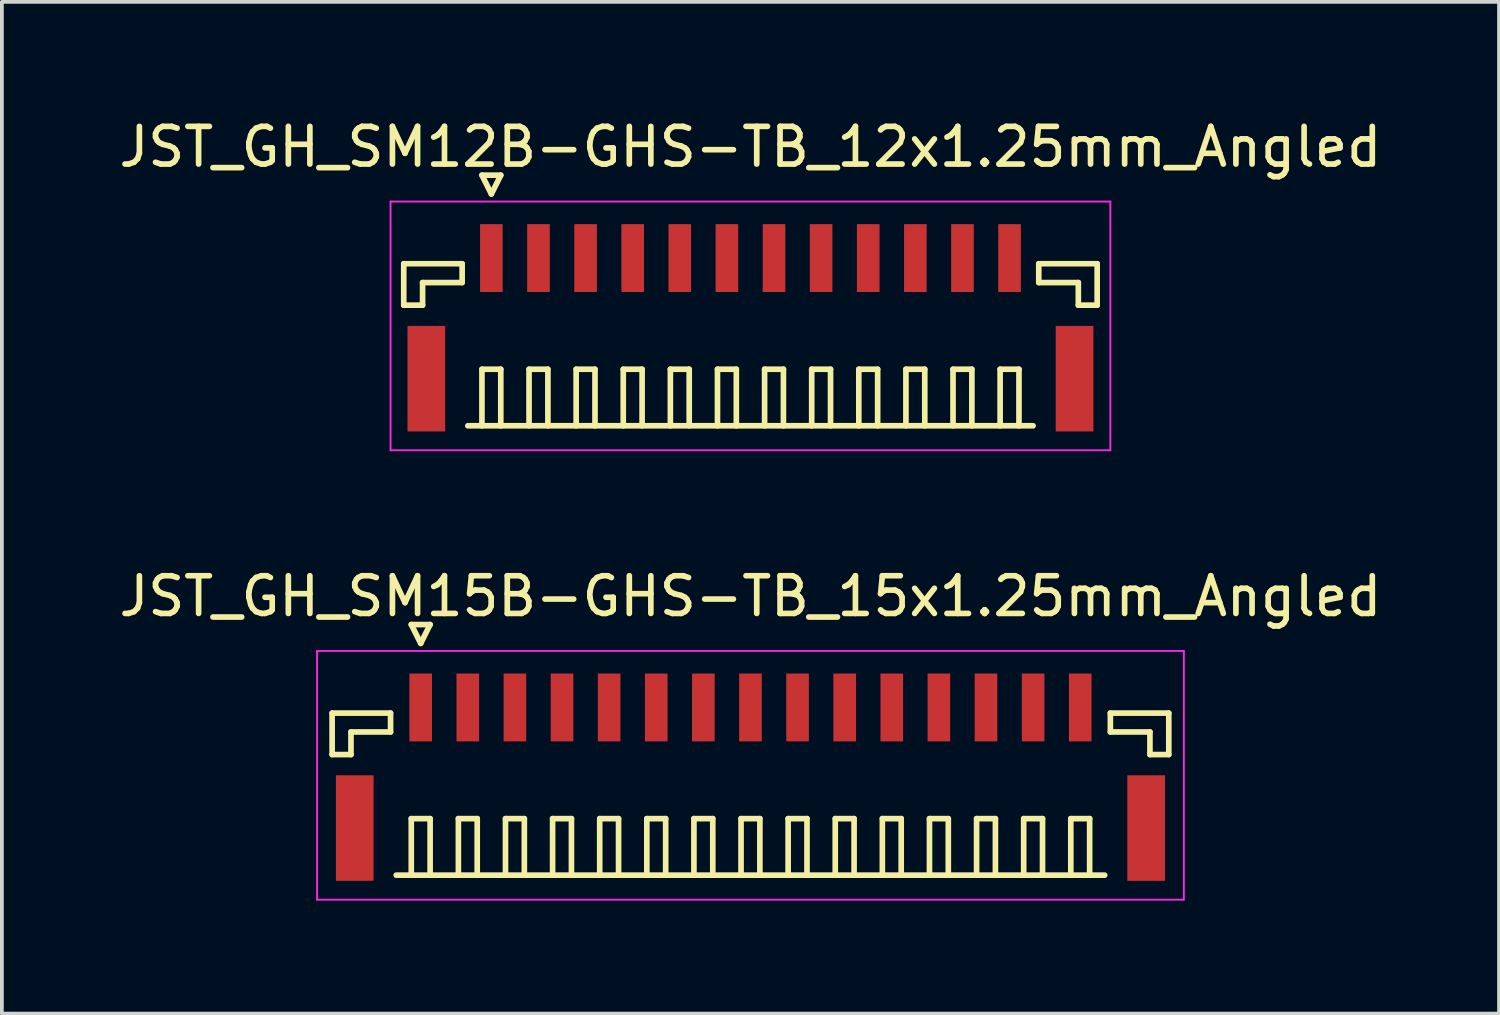
<source format=kicad_pcb>
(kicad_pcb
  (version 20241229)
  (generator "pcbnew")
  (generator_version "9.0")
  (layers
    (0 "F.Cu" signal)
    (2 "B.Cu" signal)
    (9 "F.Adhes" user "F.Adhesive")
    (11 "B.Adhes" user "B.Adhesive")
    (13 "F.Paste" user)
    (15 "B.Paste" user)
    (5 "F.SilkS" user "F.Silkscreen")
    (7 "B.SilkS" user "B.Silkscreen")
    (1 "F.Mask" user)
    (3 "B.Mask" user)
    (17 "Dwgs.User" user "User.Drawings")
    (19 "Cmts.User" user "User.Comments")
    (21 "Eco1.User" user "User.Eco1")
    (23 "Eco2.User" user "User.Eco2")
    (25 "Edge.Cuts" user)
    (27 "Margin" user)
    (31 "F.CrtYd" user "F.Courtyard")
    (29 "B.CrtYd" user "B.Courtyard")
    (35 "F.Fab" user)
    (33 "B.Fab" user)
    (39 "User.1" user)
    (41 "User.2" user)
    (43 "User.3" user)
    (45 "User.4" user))
  (footprint "JST_GH_SM15B-GHS-TB_15x1.25mm_Angled"
    (layer "F.Cu")
    (at 16.863 17.322)
    (property "Reference" "JST_GH_SM15B-GHS-TB_15x1.25mm_Angled" (at 0 -4.55 0) (layer "F.SilkS") (effects (font (size 1 1) (thickness 0.15))))
    (attr smd)
    (fp_line (start -11.1 -1.45) (end -9.55 -1.45) (stroke (width 0.15) (type solid)) (layer "F.SilkS"))
    (fp_line (start -11.1 -0.35) (end -11.1 -1.45) (stroke (width 0.15) (type solid)) (layer "F.SilkS"))
    (fp_line (start -10.6 -0.95) (end -10.6 -0.35) (stroke (width 0.15) (type solid)) (layer "F.SilkS"))
    (fp_line (start -10.6 -0.35) (end -11.1 -0.35) (stroke (width 0.15) (type solid)) (layer "F.SilkS"))
    (fp_line (start -9.55 -1.45) (end -9.55 -0.95) (stroke (width 0.15) (type solid)) (layer "F.SilkS"))
    (fp_line (start -9.55 -0.95) (end -10.6 -0.95) (stroke (width 0.15) (type solid)) (layer "F.SilkS"))
    (fp_line (start -9.4 2.85) (end 9.4 2.85) (stroke (width 0.15) (type solid)) (layer "F.SilkS"))
    (fp_line (start -9 -3.8) (end -8.5 -3.8) (stroke (width 0.15) (type solid)) (layer "F.SilkS"))
    (fp_line (start -9 1.35) (end -8.5 1.35) (stroke (width 0.15) (type solid)) (layer "F.SilkS"))
    (fp_line (start -9 2.85) (end -9 1.35) (stroke (width 0.15) (type solid)) (layer "F.SilkS"))
    (fp_line (start -8.75 -3.3) (end -9 -3.8) (stroke (width 0.15) (type solid)) (layer "F.SilkS"))
    (fp_line (start -8.5 -3.8) (end -8.75 -3.3) (stroke (width 0.15) (type solid)) (layer "F.SilkS"))
    (fp_line (start -8.5 1.35) (end -8.5 2.85) (stroke (width 0.15) (type solid)) (layer "F.SilkS"))
    (fp_line (start -7.75 1.35) (end -7.25 1.35) (stroke (width 0.15) (type solid)) (layer "F.SilkS"))
    (fp_line (start -7.75 2.85) (end -7.75 1.35) (stroke (width 0.15) (type solid)) (layer "F.SilkS"))
    (fp_line (start -7.25 1.35) (end -7.25 2.85) (stroke (width 0.15) (type solid)) (layer "F.SilkS"))
    (fp_line (start -6.5 1.35) (end -6 1.35) (stroke (width 0.15) (type solid)) (layer "F.SilkS"))
    (fp_line (start -6.5 2.85) (end -6.5 1.35) (stroke (width 0.15) (type solid)) (layer "F.SilkS"))
    (fp_line (start -6 1.35) (end -6 2.85) (stroke (width 0.15) (type solid)) (layer "F.SilkS"))
    (fp_line (start -5.25 1.35) (end -4.75 1.35) (stroke (width 0.15) (type solid)) (layer "F.SilkS"))
    (fp_line (start -5.25 2.85) (end -5.25 1.35) (stroke (width 0.15) (type solid)) (layer "F.SilkS"))
    (fp_line (start -4.75 1.35) (end -4.75 2.85) (stroke (width 0.15) (type solid)) (layer "F.SilkS"))
    (fp_line (start -4 1.35) (end -3.5 1.35) (stroke (width 0.15) (type solid)) (layer "F.SilkS"))
    (fp_line (start -4 2.85) (end -4 1.35) (stroke (width 0.15) (type solid)) (layer "F.SilkS"))
    (fp_line (start -3.5 1.35) (end -3.5 2.85) (stroke (width 0.15) (type solid)) (layer "F.SilkS"))
    (fp_line (start -2.75 1.35) (end -2.25 1.35) (stroke (width 0.15) (type solid)) (layer "F.SilkS"))
    (fp_line (start -2.75 2.85) (end -2.75 1.35) (stroke (width 0.15) (type solid)) (layer "F.SilkS"))
    (fp_line (start -2.25 1.35) (end -2.25 2.85) (stroke (width 0.15) (type solid)) (layer "F.SilkS"))
    (fp_line (start -1.5 1.35) (end -1 1.35) (stroke (width 0.15) (type solid)) (layer "F.SilkS"))
    (fp_line (start -1.5 2.85) (end -1.5 1.35) (stroke (width 0.15) (type solid)) (layer "F.SilkS"))
    (fp_line (start -1 1.35) (end -1 2.85) (stroke (width 0.15) (type solid)) (layer "F.SilkS"))
    (fp_line (start -0.25 1.35) (end 0.25 1.35) (stroke (width 0.15) (type solid)) (layer "F.SilkS"))
    (fp_line (start -0.25 2.85) (end -0.25 1.35) (stroke (width 0.15) (type solid)) (layer "F.SilkS"))
    (fp_line (start 0.25 1.35) (end 0.25 2.85) (stroke (width 0.15) (type solid)) (layer "F.SilkS"))
    (fp_line (start 1 1.35) (end 1.5 1.35) (stroke (width 0.15) (type solid)) (layer "F.SilkS"))
    (fp_line (start 1 2.85) (end 1 1.35) (stroke (width 0.15) (type solid)) (layer "F.SilkS"))
    (fp_line (start 1.5 1.35) (end 1.5 2.85) (stroke (width 0.15) (type solid)) (layer "F.SilkS"))
    (fp_line (start 2.25 1.35) (end 2.75 1.35) (stroke (width 0.15) (type solid)) (layer "F.SilkS"))
    (fp_line (start 2.25 2.85) (end 2.25 1.35) (stroke (width 0.15) (type solid)) (layer "F.SilkS"))
    (fp_line (start 2.75 1.35) (end 2.75 2.85) (stroke (width 0.15) (type solid)) (layer "F.SilkS"))
    (fp_line (start 3.5 1.35) (end 4 1.35) (stroke (width 0.15) (type solid)) (layer "F.SilkS"))
    (fp_line (start 3.5 2.85) (end 3.5 1.35) (stroke (width 0.15) (type solid)) (layer "F.SilkS"))
    (fp_line (start 4 1.35) (end 4 2.85) (stroke (width 0.15) (type solid)) (layer "F.SilkS"))
    (fp_line (start 4.75 1.35) (end 5.25 1.35) (stroke (width 0.15) (type solid)) (layer "F.SilkS"))
    (fp_line (start 4.75 2.85) (end 4.75 1.35) (stroke (width 0.15) (type solid)) (layer "F.SilkS"))
    (fp_line (start 5.25 1.35) (end 5.25 2.85) (stroke (width 0.15) (type solid)) (layer "F.SilkS"))
    (fp_line (start 6 1.35) (end 6.5 1.35) (stroke (width 0.15) (type solid)) (layer "F.SilkS"))
    (fp_line (start 6 2.85) (end 6 1.35) (stroke (width 0.15) (type solid)) (layer "F.SilkS"))
    (fp_line (start 6.5 1.35) (end 6.5 2.85) (stroke (width 0.15) (type solid)) (layer "F.SilkS"))
    (fp_line (start 7.25 1.35) (end 7.75 1.35) (stroke (width 0.15) (type solid)) (layer "F.SilkS"))
    (fp_line (start 7.25 2.85) (end 7.25 1.35) (stroke (width 0.15) (type solid)) (layer "F.SilkS"))
    (fp_line (start 7.75 1.35) (end 7.75 2.85) (stroke (width 0.15) (type solid)) (layer "F.SilkS"))
    (fp_line (start 8.5 1.35) (end 9 1.35) (stroke (width 0.15) (type solid)) (layer "F.SilkS"))
    (fp_line (start 8.5 2.85) (end 8.5 1.35) (stroke (width 0.15) (type solid)) (layer "F.SilkS"))
    (fp_line (start 9 1.35) (end 9 2.85) (stroke (width 0.15) (type solid)) (layer "F.SilkS"))
    (fp_line (start 9.55 -1.45) (end 9.55 -0.95) (stroke (width 0.15) (type solid)) (layer "F.SilkS"))
    (fp_line (start 9.55 -0.95) (end 10.6 -0.95) (stroke (width 0.15) (type solid)) (layer "F.SilkS"))
    (fp_line (start 10.6 -0.95) (end 10.6 -0.35) (stroke (width 0.15) (type solid)) (layer "F.SilkS"))
    (fp_line (start 10.6 -0.35) (end 11.1 -0.35) (stroke (width 0.15) (type solid)) (layer "F.SilkS"))
    (fp_line (start 11.1 -1.45) (end 9.55 -1.45) (stroke (width 0.15) (type solid)) (layer "F.SilkS"))
    (fp_line (start 11.1 -0.35) (end 11.1 -1.45) (stroke (width 0.15) (type solid)) (layer "F.SilkS"))
    (fp_line (start -11.5 -3.1) (end -11.5 3.5) (stroke (width 0.05) (type solid)) (layer "F.CrtYd"))
    (fp_line (start -11.5 3.5) (end 11.5 3.5) (stroke (width 0.05) (type solid)) (layer "F.CrtYd"))
    (fp_line (start 11.5 -3.1) (end -11.5 -3.1) (stroke (width 0.05) (type solid)) (layer "F.CrtYd"))
    (fp_line (start 11.5 3.5) (end 11.5 -3.1) (stroke (width 0.05) (type solid)) (layer "F.CrtYd"))
    (pad "" smd rect (at -10.5 1.6) (size 1 2.8) (layers "F.Cu" "F.Mask" "F.Paste"))
    (pad "" smd rect (at 10.5 1.6) (size 1 2.8) (layers "F.Cu" "F.Mask" "F.Paste"))
    (pad "1" smd rect (at -8.75 -1.6) (size 0.6 1.8) (layers "F.Cu" "F.Mask" "F.Paste"))
    (pad "2" smd rect (at -7.5 -1.6) (size 0.6 1.8) (layers "F.Cu" "F.Mask" "F.Paste"))
    (pad "3" smd rect (at -6.25 -1.6) (size 0.6 1.8) (layers "F.Cu" "F.Mask" "F.Paste"))
    (pad "4" smd rect (at -5 -1.6) (size 0.6 1.8) (layers "F.Cu" "F.Mask" "F.Paste"))
    (pad "5" smd rect (at -3.75 -1.6) (size 0.6 1.8) (layers "F.Cu" "F.Mask" "F.Paste"))
    (pad "6" smd rect (at -2.5 -1.6) (size 0.6 1.8) (layers "F.Cu" "F.Mask" "F.Paste"))
    (pad "7" smd rect (at -1.25 -1.6) (size 0.6 1.8) (layers "F.Cu" "F.Mask" "F.Paste"))
    (pad "8" smd rect (at 0 -1.6) (size 0.6 1.8) (layers "F.Cu" "F.Mask" "F.Paste"))
    (pad "9" smd rect (at 1.25 -1.6) (size 0.6 1.8) (layers "F.Cu" "F.Mask" "F.Paste"))
    (pad "10" smd rect (at 2.5 -1.6) (size 0.6 1.8) (layers "F.Cu" "F.Mask" "F.Paste"))
    (pad "11" smd rect (at 3.75 -1.6) (size 0.6 1.8) (layers "F.Cu" "F.Mask" "F.Paste"))
    (pad "12" smd rect (at 5 -1.6) (size 0.6 1.8) (layers "F.Cu" "F.Mask" "F.Paste"))
    (pad "13" smd rect (at 6.25 -1.6) (size 0.6 1.8) (layers "F.Cu" "F.Mask" "F.Paste"))
    (pad "14" smd rect (at 7.5 -1.6) (size 0.6 1.8) (layers "F.Cu" "F.Mask" "F.Paste"))
    (pad "15" smd rect (at 8.75 -1.6) (size 0.6 1.8) (layers "F.Cu" "F.Mask" "F.Paste")))
  (footprint "JST_GH_SM12B-GHS-TB_12x1.25mm_Angled"
    (layer "F.Cu")
    (at 16.863 5.398)
    (property "Reference" "JST_GH_SM12B-GHS-TB_12x1.25mm_Angled" (at 0 -4.55 0) (layer "F.SilkS") (effects (font (size 1 1) (thickness 0.15))))
    (attr smd)
    (fp_line (start -9.2 -1.45) (end -7.65 -1.45) (stroke (width 0.15) (type solid)) (layer "F.SilkS"))
    (fp_line (start -9.2 -0.35) (end -9.2 -1.45) (stroke (width 0.15) (type solid)) (layer "F.SilkS"))
    (fp_line (start -8.7 -0.95) (end -8.7 -0.35) (stroke (width 0.15) (type solid)) (layer "F.SilkS"))
    (fp_line (start -8.7 -0.35) (end -9.2 -0.35) (stroke (width 0.15) (type solid)) (layer "F.SilkS"))
    (fp_line (start -7.65 -1.45) (end -7.65 -0.95) (stroke (width 0.15) (type solid)) (layer "F.SilkS"))
    (fp_line (start -7.65 -0.95) (end -8.7 -0.95) (stroke (width 0.15) (type solid)) (layer "F.SilkS"))
    (fp_line (start -7.5 2.85) (end 7.5 2.85) (stroke (width 0.15) (type solid)) (layer "F.SilkS"))
    (fp_line (start -7.125 -3.8) (end -6.625 -3.8) (stroke (width 0.15) (type solid)) (layer "F.SilkS"))
    (fp_line (start -7.125 1.35) (end -6.625 1.35) (stroke (width 0.15) (type solid)) (layer "F.SilkS"))
    (fp_line (start -7.125 2.85) (end -7.125 1.35) (stroke (width 0.15) (type solid)) (layer "F.SilkS"))
    (fp_line (start -6.875 -3.3) (end -7.125 -3.8) (stroke (width 0.15) (type solid)) (layer "F.SilkS"))
    (fp_line (start -6.625 -3.8) (end -6.875 -3.3) (stroke (width 0.15) (type solid)) (layer "F.SilkS"))
    (fp_line (start -6.625 1.35) (end -6.625 2.85) (stroke (width 0.15) (type solid)) (layer "F.SilkS"))
    (fp_line (start -5.875 1.35) (end -5.375 1.35) (stroke (width 0.15) (type solid)) (layer "F.SilkS"))
    (fp_line (start -5.875 2.85) (end -5.875 1.35) (stroke (width 0.15) (type solid)) (layer "F.SilkS"))
    (fp_line (start -5.375 1.35) (end -5.375 2.85) (stroke (width 0.15) (type solid)) (layer "F.SilkS"))
    (fp_line (start -4.625 1.35) (end -4.125 1.35) (stroke (width 0.15) (type solid)) (layer "F.SilkS"))
    (fp_line (start -4.625 2.85) (end -4.625 1.35) (stroke (width 0.15) (type solid)) (layer "F.SilkS"))
    (fp_line (start -4.125 1.35) (end -4.125 2.85) (stroke (width 0.15) (type solid)) (layer "F.SilkS"))
    (fp_line (start -3.375 1.35) (end -2.875 1.35) (stroke (width 0.15) (type solid)) (layer "F.SilkS"))
    (fp_line (start -3.375 2.85) (end -3.375 1.35) (stroke (width 0.15) (type solid)) (layer "F.SilkS"))
    (fp_line (start -2.875 1.35) (end -2.875 2.85) (stroke (width 0.15) (type solid)) (layer "F.SilkS"))
    (fp_line (start -2.125 1.35) (end -1.625 1.35) (stroke (width 0.15) (type solid)) (layer "F.SilkS"))
    (fp_line (start -2.125 2.85) (end -2.125 1.35) (stroke (width 0.15) (type solid)) (layer "F.SilkS"))
    (fp_line (start -1.625 1.35) (end -1.625 2.85) (stroke (width 0.15) (type solid)) (layer "F.SilkS"))
    (fp_line (start -0.875 1.35) (end -0.375 1.35) (stroke (width 0.15) (type solid)) (layer "F.SilkS"))
    (fp_line (start -0.875 2.85) (end -0.875 1.35) (stroke (width 0.15) (type solid)) (layer "F.SilkS"))
    (fp_line (start -0.375 1.35) (end -0.375 2.85) (stroke (width 0.15) (type solid)) (layer "F.SilkS"))
    (fp_line (start 0.375 1.35) (end 0.875 1.35) (stroke (width 0.15) (type solid)) (layer "F.SilkS"))
    (fp_line (start 0.375 2.85) (end 0.375 1.35) (stroke (width 0.15) (type solid)) (layer "F.SilkS"))
    (fp_line (start 0.875 1.35) (end 0.875 2.85) (stroke (width 0.15) (type solid)) (layer "F.SilkS"))
    (fp_line (start 1.625 1.35) (end 2.125 1.35) (stroke (width 0.15) (type solid)) (layer "F.SilkS"))
    (fp_line (start 1.625 2.85) (end 1.625 1.35) (stroke (width 0.15) (type solid)) (layer "F.SilkS"))
    (fp_line (start 2.125 1.35) (end 2.125 2.85) (stroke (width 0.15) (type solid)) (layer "F.SilkS"))
    (fp_line (start 2.875 1.35) (end 3.375 1.35) (stroke (width 0.15) (type solid)) (layer "F.SilkS"))
    (fp_line (start 2.875 2.85) (end 2.875 1.35) (stroke (width 0.15) (type solid)) (layer "F.SilkS"))
    (fp_line (start 3.375 1.35) (end 3.375 2.85) (stroke (width 0.15) (type solid)) (layer "F.SilkS"))
    (fp_line (start 4.125 1.35) (end 4.625 1.35) (stroke (width 0.15) (type solid)) (layer "F.SilkS"))
    (fp_line (start 4.125 2.85) (end 4.125 1.35) (stroke (width 0.15) (type solid)) (layer "F.SilkS"))
    (fp_line (start 4.625 1.35) (end 4.625 2.85) (stroke (width 0.15) (type solid)) (layer "F.SilkS"))
    (fp_line (start 5.375 1.35) (end 5.875 1.35) (stroke (width 0.15) (type solid)) (layer "F.SilkS"))
    (fp_line (start 5.375 2.85) (end 5.375 1.35) (stroke (width 0.15) (type solid)) (layer "F.SilkS"))
    (fp_line (start 5.875 1.35) (end 5.875 2.85) (stroke (width 0.15) (type solid)) (layer "F.SilkS"))
    (fp_line (start 6.625 1.35) (end 7.125 1.35) (stroke (width 0.15) (type solid)) (layer "F.SilkS"))
    (fp_line (start 6.625 2.85) (end 6.625 1.35) (stroke (width 0.15) (type solid)) (layer "F.SilkS"))
    (fp_line (start 7.125 1.35) (end 7.125 2.85) (stroke (width 0.15) (type solid)) (layer "F.SilkS"))
    (fp_line (start 7.65 -1.45) (end 7.65 -0.95) (stroke (width 0.15) (type solid)) (layer "F.SilkS"))
    (fp_line (start 7.65 -0.95) (end 8.7 -0.95) (stroke (width 0.15) (type solid)) (layer "F.SilkS"))
    (fp_line (start 8.7 -0.95) (end 8.7 -0.35) (stroke (width 0.15) (type solid)) (layer "F.SilkS"))
    (fp_line (start 8.7 -0.35) (end 9.2 -0.35) (stroke (width 0.15) (type solid)) (layer "F.SilkS"))
    (fp_line (start 9.2 -1.45) (end 7.65 -1.45) (stroke (width 0.15) (type solid)) (layer "F.SilkS"))
    (fp_line (start 9.2 -0.35) (end 9.2 -1.45) (stroke (width 0.15) (type solid)) (layer "F.SilkS"))
    (fp_line (start -9.55 -3.1) (end -9.55 3.5) (stroke (width 0.05) (type solid)) (layer "F.CrtYd"))
    (fp_line (start -9.55 3.5) (end 9.55 3.5) (stroke (width 0.05) (type solid)) (layer "F.CrtYd"))
    (fp_line (start 9.55 -3.1) (end -9.55 -3.1) (stroke (width 0.05) (type solid)) (layer "F.CrtYd"))
    (fp_line (start 9.55 3.5) (end 9.55 -3.1) (stroke (width 0.05) (type solid)) (layer "F.CrtYd"))
    (pad "" smd rect (at -8.6 1.6) (size 1 2.8) (layers "F.Cu" "F.Mask" "F.Paste"))
    (pad "" smd rect (at 8.6 1.6) (size 1 2.8) (layers "F.Cu" "F.Mask" "F.Paste"))
    (pad "1" smd rect (at -6.875 -1.6) (size 0.6 1.8) (layers "F.Cu" "F.Mask" "F.Paste"))
    (pad "2" smd rect (at -5.625 -1.6) (size 0.6 1.8) (layers "F.Cu" "F.Mask" "F.Paste"))
    (pad "3" smd rect (at -4.375 -1.6) (size 0.6 1.8) (layers "F.Cu" "F.Mask" "F.Paste"))
    (pad "4" smd rect (at -3.125 -1.6) (size 0.6 1.8) (layers "F.Cu" "F.Mask" "F.Paste"))
    (pad "5" smd rect (at -1.875 -1.6) (size 0.6 1.8) (layers "F.Cu" "F.Mask" "F.Paste"))
    (pad "6" smd rect (at -0.625 -1.6) (size 0.6 1.8) (layers "F.Cu" "F.Mask" "F.Paste"))
    (pad "7" smd rect (at 0.625 -1.6) (size 0.6 1.8) (layers "F.Cu" "F.Mask" "F.Paste"))
    (pad "8" smd rect (at 1.875 -1.6) (size 0.6 1.8) (layers "F.Cu" "F.Mask" "F.Paste"))
    (pad "9" smd rect (at 3.125 -1.6) (size 0.6 1.8) (layers "F.Cu" "F.Mask" "F.Paste"))
    (pad "10" smd rect (at 4.375 -1.6) (size 0.6 1.8) (layers "F.Cu" "F.Mask" "F.Paste"))
    (pad "11" smd rect (at 5.625 -1.6) (size 0.6 1.8) (layers "F.Cu" "F.Mask" "F.Paste"))
    (pad "12" smd rect (at 6.875 -1.6) (size 0.6 1.8) (layers "F.Cu" "F.Mask" "F.Paste")))
  (gr_rect
    (start -3 -3)
    (end 36.726 23.846)
    (stroke (width 0.1) (type default))
    (fill no)
    (layer "Edge.Cuts")))
</source>
